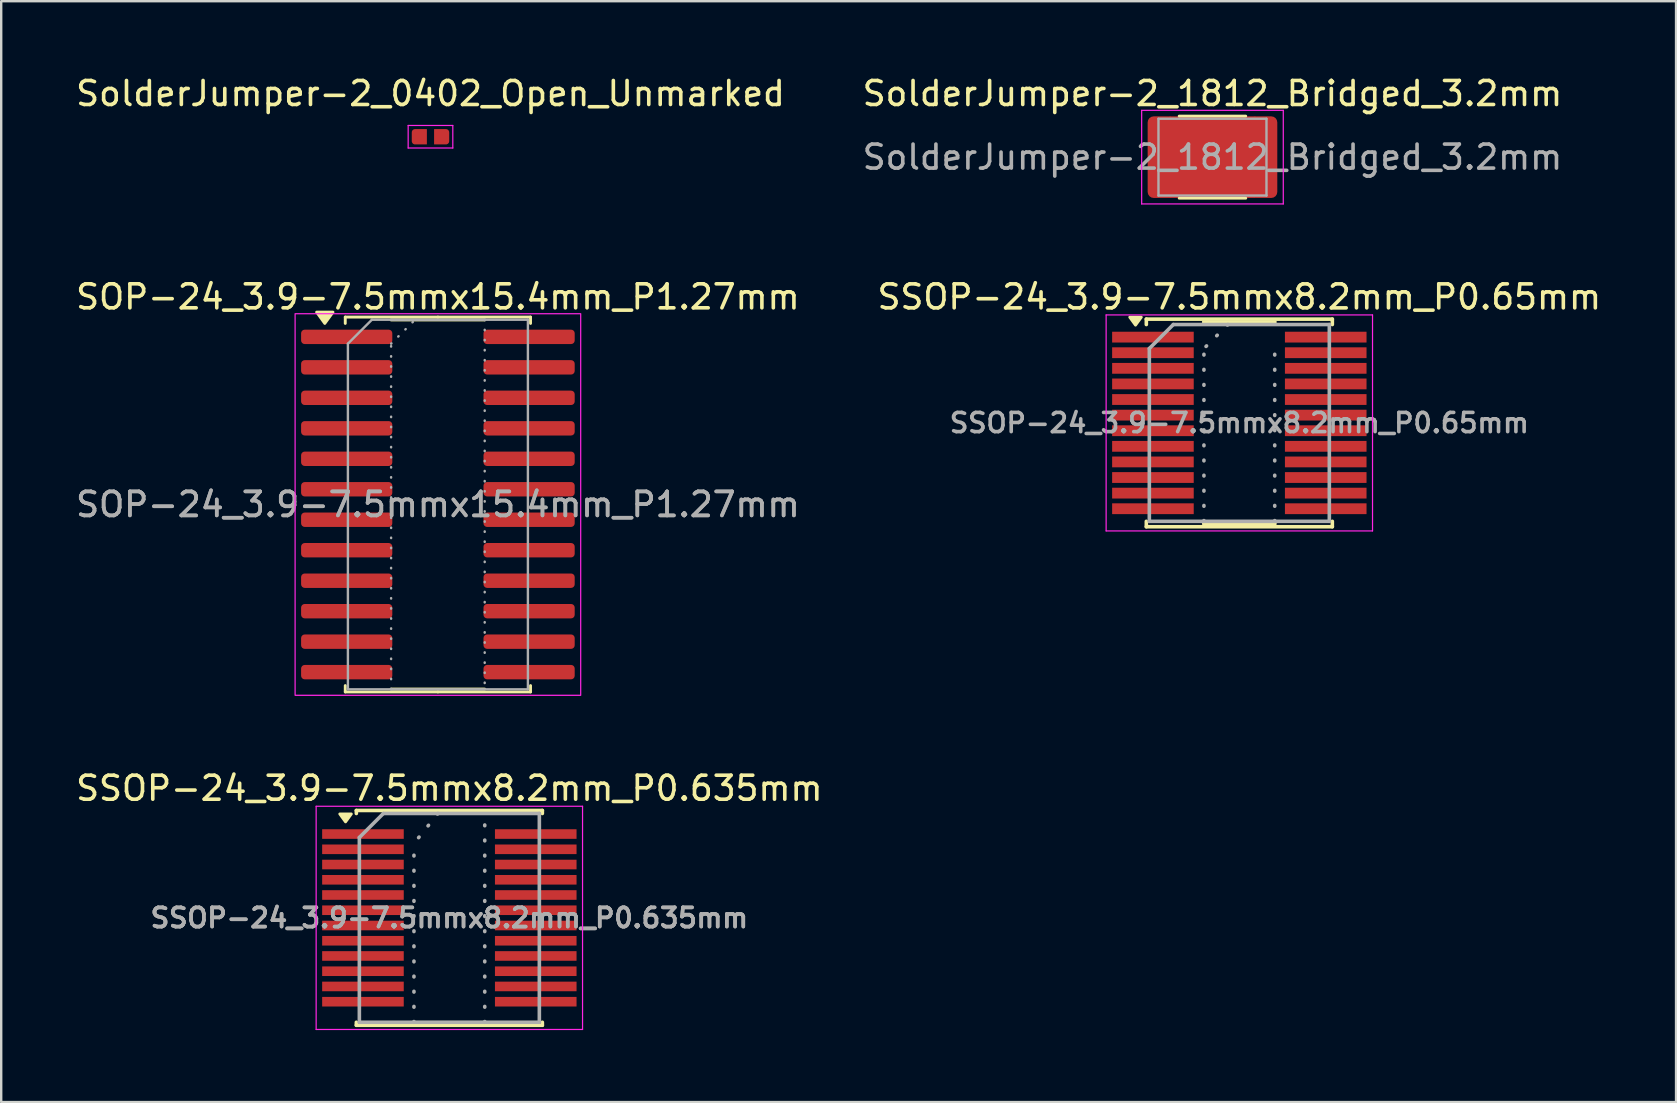
<source format=kicad_pcb>
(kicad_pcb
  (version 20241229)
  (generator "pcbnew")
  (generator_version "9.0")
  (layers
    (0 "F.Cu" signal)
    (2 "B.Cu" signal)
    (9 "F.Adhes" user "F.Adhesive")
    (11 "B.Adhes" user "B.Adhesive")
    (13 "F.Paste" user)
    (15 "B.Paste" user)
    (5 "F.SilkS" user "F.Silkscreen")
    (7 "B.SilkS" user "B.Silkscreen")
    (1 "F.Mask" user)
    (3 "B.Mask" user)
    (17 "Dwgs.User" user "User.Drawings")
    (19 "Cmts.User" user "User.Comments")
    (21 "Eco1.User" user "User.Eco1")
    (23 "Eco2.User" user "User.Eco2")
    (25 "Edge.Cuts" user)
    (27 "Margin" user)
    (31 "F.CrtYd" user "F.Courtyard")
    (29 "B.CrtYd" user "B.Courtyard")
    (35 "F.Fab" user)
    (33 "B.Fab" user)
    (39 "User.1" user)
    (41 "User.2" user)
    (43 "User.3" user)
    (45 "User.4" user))
  (footprint "SOP-24_3.9-7.5mmx15.4mm_P1.27mm"
    (layer "F.Cu")
    (at 15.196 17.971)
    (property "Reference" "SOP-24_3.9-7.5mmx15.4mm_P1.27mm" (at 0 -8.65 0) (layer "F.SilkS") (effects (font (size 1 1) (thickness 0.15))))
    (attr smd)
    (fp_line (start -3.86 -7.81) (end -3.86 -7.545) (stroke (width 0.12) (type solid)) (layer "F.SilkS"))
    (fp_line (start -3.86 7.81) (end -3.86 7.545) (stroke (width 0.12) (type solid)) (layer "F.SilkS"))
    (fp_line (start 0 -7.81) (end -3.86 -7.81) (stroke (width 0.12) (type solid)) (layer "F.SilkS"))
    (fp_line (start 0 -7.81) (end 3.86 -7.81) (stroke (width 0.12) (type solid)) (layer "F.SilkS"))
    (fp_line (start 0 7.81) (end -3.86 7.81) (stroke (width 0.12) (type solid)) (layer "F.SilkS"))
    (fp_line (start 0 7.81) (end 3.86 7.81) (stroke (width 0.12) (type solid)) (layer "F.SilkS"))
    (fp_line (start 1.95 -7.69) (end -1.95 -7.69) (stroke (width 0.12) (type solid)) (layer "F.SilkS"))
    (fp_line (start 1.95 7.69) (end -1.95 7.69) (stroke (width 0.12) (type solid)) (layer "F.SilkS"))
    (fp_line (start 3.86 -7.81) (end 3.86 -7.545) (stroke (width 0.12) (type solid)) (layer "F.SilkS"))
    (fp_line (start 3.86 7.81) (end 3.86 7.545) (stroke (width 0.12) (type solid)) (layer "F.SilkS"))
    (fp_poly (pts (xy -4.713 -7.545) (xy -5.053 -8.015) (xy -4.372 -8.015)) (stroke (width 0.12) (type solid)) (fill yes) (layer "F.SilkS"))
    (fp_rect (start -5.95 -7.95) (end 5.95 7.95) (stroke (width 0.05) (type solid)) (fill no) (layer "F.CrtYd"))
    (fp_line (start -3.75 -6.7) (end -2.75 -7.7) (stroke (width 0.1) (type solid)) (layer "F.Fab"))
    (fp_line (start -3.75 7.7) (end -3.75 -6.7) (stroke (width 0.1) (type solid)) (layer "F.Fab"))
    (fp_line (start -2.75 -7.7) (end 3.75 -7.7) (stroke (width 0.1) (type solid)) (layer "F.Fab"))
    (fp_line (start -1.95 -6.7) (end -0.95 -7.7) (stroke (width 0.1) (type dot)) (layer "F.Fab"))
    (fp_line (start -1.95 7.7) (end -1.95 -6.7) (stroke (width 0.1) (type dot)) (layer "F.Fab"))
    (fp_line (start 1.95 -7.7) (end 1.95 7.7) (stroke (width 0.1) (type dot)) (layer "F.Fab"))
    (fp_line (start 3.75 -7.7) (end 3.75 7.7) (stroke (width 0.1) (type solid)) (layer "F.Fab"))
    (fp_line (start 3.75 7.7) (end -3.75 7.7) (stroke (width 0.1) (type solid)) (layer "F.Fab"))
    (fp_text user "${REFERENCE}" (at 0 0 0) (layer "F.Fab") (effects (font (size 1 1) (thickness 0.15))))
    (fp_text user "${REFERENCE}" (at 0 0 0) (layer "F.Fab") (effects (font (size 1 1) (thickness 0.15))))
    (pad "1" smd roundrect (at -3.8 -6.985) (size 3.8 0.6) (layers "F.Cu" "F.Mask" "F.Paste") (roundrect_rratio 0.25))
    (pad "2" smd roundrect (at -3.8 -5.715) (size 3.8 0.6) (layers "F.Cu" "F.Mask" "F.Paste") (roundrect_rratio 0.25))
    (pad "3" smd roundrect (at -3.8 -4.445) (size 3.8 0.6) (layers "F.Cu" "F.Mask" "F.Paste") (roundrect_rratio 0.25))
    (pad "4" smd roundrect (at -3.8 -3.175) (size 3.8 0.6) (layers "F.Cu" "F.Mask" "F.Paste") (roundrect_rratio 0.25))
    (pad "5" smd roundrect (at -3.8 -1.905) (size 3.8 0.6) (layers "F.Cu" "F.Mask" "F.Paste") (roundrect_rratio 0.25))
    (pad "6" smd roundrect (at -3.8 -0.635) (size 3.8 0.6) (layers "F.Cu" "F.Mask" "F.Paste") (roundrect_rratio 0.25))
    (pad "7" smd roundrect (at -3.8 0.635) (size 3.8 0.6) (layers "F.Cu" "F.Mask" "F.Paste") (roundrect_rratio 0.25))
    (pad "8" smd roundrect (at -3.8 1.905) (size 3.8 0.6) (layers "F.Cu" "F.Mask" "F.Paste") (roundrect_rratio 0.25))
    (pad "9" smd roundrect (at -3.8 3.175) (size 3.8 0.6) (layers "F.Cu" "F.Mask" "F.Paste") (roundrect_rratio 0.25))
    (pad "10" smd roundrect (at -3.8 4.445) (size 3.8 0.6) (layers "F.Cu" "F.Mask" "F.Paste") (roundrect_rratio 0.25))
    (pad "11" smd roundrect (at -3.8 5.715) (size 3.8 0.6) (layers "F.Cu" "F.Mask" "F.Paste") (roundrect_rratio 0.25))
    (pad "12" smd roundrect (at -3.8 6.985) (size 3.8 0.6) (layers "F.Cu" "F.Mask" "F.Paste") (roundrect_rratio 0.25))
    (pad "13" smd roundrect (at 3.8 6.985) (size 3.8 0.6) (layers "F.Cu" "F.Mask" "F.Paste") (roundrect_rratio 0.25))
    (pad "14" smd roundrect (at 3.8 5.715) (size 3.8 0.6) (layers "F.Cu" "F.Mask" "F.Paste") (roundrect_rratio 0.25))
    (pad "15" smd roundrect (at 3.8 4.445) (size 3.8 0.6) (layers "F.Cu" "F.Mask" "F.Paste") (roundrect_rratio 0.25))
    (pad "16" smd roundrect (at 3.8 3.175) (size 3.8 0.6) (layers "F.Cu" "F.Mask" "F.Paste") (roundrect_rratio 0.25))
    (pad "17" smd roundrect (at 3.8 1.905) (size 3.8 0.6) (layers "F.Cu" "F.Mask" "F.Paste") (roundrect_rratio 0.25))
    (pad "18" smd roundrect (at 3.8 0.635) (size 3.8 0.6) (layers "F.Cu" "F.Mask" "F.Paste") (roundrect_rratio 0.25))
    (pad "19" smd roundrect (at 3.8 -0.635) (size 3.8 0.6) (layers "F.Cu" "F.Mask" "F.Paste") (roundrect_rratio 0.25))
    (pad "20" smd roundrect (at 3.8 -1.905) (size 3.8 0.6) (layers "F.Cu" "F.Mask" "F.Paste") (roundrect_rratio 0.25))
    (pad "21" smd roundrect (at 3.8 -3.175) (size 3.8 0.6) (layers "F.Cu" "F.Mask" "F.Paste") (roundrect_rratio 0.25))
    (pad "22" smd roundrect (at 3.8 -4.445) (size 3.8 0.6) (layers "F.Cu" "F.Mask" "F.Paste") (roundrect_rratio 0.25))
    (pad "23" smd roundrect (at 3.8 -5.715) (size 3.8 0.6) (layers "F.Cu" "F.Mask" "F.Paste") (roundrect_rratio 0.25))
    (pad "24" smd roundrect (at 3.8 -6.985) (size 3.8 0.6) (layers "F.Cu" "F.Mask" "F.Paste") (roundrect_rratio 0.25)))
  (footprint "SSOP-24_3.9-7.5mmx8.2mm_P0.635mm"
    (layer "F.Cu")
    (at 15.673 35.195)
    (property "Reference" "SSOP-24_3.9-7.5mmx8.2mm_P0.635mm" (at 0 -5.4 0) (layer "F.SilkS") (effects (font (size 1 1) (thickness 0.15))))
    (attr smd)
    (fp_line (start -3.875 -4.475) (end -3.875 -4.35) (stroke (width 0.15) (type solid)) (layer "F.SilkS"))
    (fp_line (start -3.875 -4.475) (end 3.875 -4.475) (stroke (width 0.15) (type solid)) (layer "F.SilkS"))
    (fp_line (start -3.875 4.475) (end -3.875 4.35) (stroke (width 0.15) (type solid)) (layer "F.SilkS"))
    (fp_line (start -3.875 4.475) (end 3.875 4.475) (stroke (width 0.15) (type solid)) (layer "F.SilkS"))
    (fp_line (start 1.5 -4.355) (end -1.5 -4.355) (stroke (width 0.12) (type solid)) (layer "F.SilkS"))
    (fp_line (start 1.5 4.355) (end -1.5 4.355) (stroke (width 0.12) (type solid)) (layer "F.SilkS"))
    (fp_line (start 3.875 -4.475) (end 3.875 -4.35) (stroke (width 0.15) (type solid)) (layer "F.SilkS"))
    (fp_line (start 3.875 4.475) (end 3.875 4.35) (stroke (width 0.15) (type solid)) (layer "F.SilkS"))
    (fp_poly (pts (xy -4.325 -4) (xy -4.565 -4.33) (xy -4.085 -4.33) (xy -4.325 -4)) (stroke (width 0.12) (type solid)) (fill yes) (layer "F.SilkS"))
    (fp_line (start -5.55 -4.65) (end -5.55 4.65) (stroke (width 0.05) (type solid)) (layer "F.CrtYd"))
    (fp_line (start -5.55 -4.65) (end 5.55 -4.65) (stroke (width 0.05) (type solid)) (layer "F.CrtYd"))
    (fp_line (start -5.55 4.65) (end 5.55 4.65) (stroke (width 0.05) (type solid)) (layer "F.CrtYd"))
    (fp_line (start 5.55 -4.65) (end 5.55 4.65) (stroke (width 0.05) (type solid)) (layer "F.CrtYd"))
    (fp_line (start -3.75 -3.35) (end -2.75 -4.35) (stroke (width 0.15) (type solid)) (layer "F.Fab"))
    (fp_line (start -3.75 4.35) (end -3.75 -3.35) (stroke (width 0.15) (type solid)) (layer "F.Fab"))
    (fp_line (start -2.75 -4.35) (end 3.75 -4.35) (stroke (width 0.15) (type solid)) (layer "F.Fab"))
    (fp_line (start -1.475 4.35) (end -1.475 -3.1) (stroke (width 0.15) (type dot)) (layer "F.Fab"))
    (fp_line (start -0.475 -4.35) (end -1.475 -3.1) (stroke (width 0.15) (type dot)) (layer "F.Fab"))
    (fp_line (start 1.475 4.35) (end 1.475 -4.35) (stroke (width 0.15) (type dot)) (layer "F.Fab"))
    (fp_line (start 3.75 -4.35) (end 3.75 4.35) (stroke (width 0.15) (type solid)) (layer "F.Fab"))
    (fp_line (start 3.75 4.35) (end -3.75 4.35) (stroke (width 0.15) (type solid)) (layer "F.Fab"))
    (fp_text user "${REFERENCE}" (at 0 0 0) (layer "F.Fab") (effects (font (size 0.8 0.8) (thickness 0.15))))
    (fp_text user "${REFERENCE}" (at 0 0 0) (layer "F.Fab") (effects (font (size 0.8 0.8) (thickness 0.15))))
    (pad "1" smd rect (at -3.6 -3.493) (size 3.4 0.4) (layers "F.Cu" "F.Mask" "F.Paste"))
    (pad "2" smd rect (at -3.6 -2.857) (size 3.4 0.4) (layers "F.Cu" "F.Mask" "F.Paste"))
    (pad "3" smd rect (at -3.6 -2.223) (size 3.4 0.4) (layers "F.Cu" "F.Mask" "F.Paste"))
    (pad "4" smd rect (at -3.6 -1.587) (size 3.4 0.4) (layers "F.Cu" "F.Mask" "F.Paste"))
    (pad "5" smd rect (at -3.6 -0.953) (size 3.4 0.4) (layers "F.Cu" "F.Mask" "F.Paste"))
    (pad "6" smd rect (at -3.6 -0.318) (size 3.4 0.4) (layers "F.Cu" "F.Mask" "F.Paste"))
    (pad "7" smd rect (at -3.6 0.318) (size 3.4 0.4) (layers "F.Cu" "F.Mask" "F.Paste"))
    (pad "8" smd rect (at -3.6 0.953) (size 3.4 0.4) (layers "F.Cu" "F.Mask" "F.Paste"))
    (pad "9" smd rect (at -3.6 1.587) (size 3.4 0.4) (layers "F.Cu" "F.Mask" "F.Paste"))
    (pad "10" smd rect (at -3.6 2.223) (size 3.4 0.4) (layers "F.Cu" "F.Mask" "F.Paste"))
    (pad "11" smd rect (at -3.6 2.857) (size 3.4 0.4) (layers "F.Cu" "F.Mask" "F.Paste"))
    (pad "12" smd rect (at -3.6 3.493) (size 3.4 0.4) (layers "F.Cu" "F.Mask" "F.Paste"))
    (pad "13" smd rect (at 3.6 3.493) (size 3.4 0.4) (layers "F.Cu" "F.Mask" "F.Paste"))
    (pad "14" smd rect (at 3.6 2.857) (size 3.4 0.4) (layers "F.Cu" "F.Mask" "F.Paste"))
    (pad "15" smd rect (at 3.6 2.223) (size 3.4 0.4) (layers "F.Cu" "F.Mask" "F.Paste"))
    (pad "16" smd rect (at 3.6 1.587) (size 3.4 0.4) (layers "F.Cu" "F.Mask" "F.Paste"))
    (pad "17" smd rect (at 3.6 0.953) (size 3.4 0.4) (layers "F.Cu" "F.Mask" "F.Paste"))
    (pad "18" smd rect (at 3.6 0.318) (size 3.4 0.4) (layers "F.Cu" "F.Mask" "F.Paste"))
    (pad "19" smd rect (at 3.6 -0.318) (size 3.4 0.4) (layers "F.Cu" "F.Mask" "F.Paste"))
    (pad "20" smd rect (at 3.6 -0.953) (size 3.4 0.4) (layers "F.Cu" "F.Mask" "F.Paste"))
    (pad "21" smd rect (at 3.6 -1.587) (size 3.4 0.4) (layers "F.Cu" "F.Mask" "F.Paste"))
    (pad "22" smd rect (at 3.6 -2.223) (size 3.4 0.4) (layers "F.Cu" "F.Mask" "F.Paste"))
    (pad "23" smd rect (at 3.6 -2.857) (size 3.4 0.4) (layers "F.Cu" "F.Mask" "F.Paste"))
    (pad "24" smd rect (at 3.6 -3.493) (size 3.4 0.4) (layers "F.Cu" "F.Mask" "F.Paste")))
  (footprint "SolderJumper-2_1812_Bridged_3.2mm"
    (layer "F.Cu")
    (at 47.47 3.498)
    (property "Reference" "SolderJumper-2_1812_Bridged_3.2mm" (at 0 -2.65 0) (layer "F.SilkS") (effects (font (size 1 1) (thickness 0.15))))
    (attr smd exclude_from_pos_files exclude_from_bom)
    (fp_poly (pts (xy 1.8 -1.7) (xy -1.8 -1.7) (xy -1.8 1.7) (xy 1.8 1.7)) (stroke (width 0) (type solid)) (fill yes) (layer "F.Cu"))
    (fp_line (start -1.386 -1.71) (end 1.386 -1.71) (stroke (width 0.12) (type solid)) (layer "F.SilkS"))
    (fp_line (start -1.386 1.71) (end 1.386 1.71) (stroke (width 0.12) (type solid)) (layer "F.SilkS"))
    (fp_line (start -2.95 -1.95) (end 2.95 -1.95) (stroke (width 0.05) (type solid)) (layer "F.CrtYd"))
    (fp_line (start -2.95 1.95) (end -2.95 -1.95) (stroke (width 0.05) (type solid)) (layer "F.CrtYd"))
    (fp_line (start 2.95 -1.95) (end 2.95 1.95) (stroke (width 0.05) (type solid)) (layer "F.CrtYd"))
    (fp_line (start 2.95 1.95) (end -2.95 1.95) (stroke (width 0.05) (type solid)) (layer "F.CrtYd"))
    (fp_line (start -2.25 -1.6) (end 2.25 -1.6) (stroke (width 0.1) (type solid)) (layer "F.Fab"))
    (fp_line (start -2.25 1.6) (end -2.25 -1.6) (stroke (width 0.1) (type solid)) (layer "F.Fab"))
    (fp_line (start 2.25 -1.6) (end 2.25 1.6) (stroke (width 0.1) (type solid)) (layer "F.Fab"))
    (fp_line (start 2.25 1.6) (end -2.25 1.6) (stroke (width 0.1) (type solid)) (layer "F.Fab"))
    (fp_text user "${REFERENCE}" (at 0 0 0) (layer "F.Fab") (effects (font (size 1 1) (thickness 0.15))))
    (pad "1" smd roundrect (at -2.138 0) (size 1.125 3.4) (layers "F.Cu" "F.Mask" "F.Paste") (roundrect_rratio 0.222))
    (pad "2" smd roundrect (at 2.138 0) (size 1.125 3.4) (layers "F.Cu" "F.Mask" "F.Paste") (roundrect_rratio 0.222)))
  (footprint "SSOP-24_3.9-7.5mmx8.2mm_P0.65mm"
    (layer "F.Cu")
    (at 48.589 14.572)
    (property "Reference" "SSOP-24_3.9-7.5mmx8.2mm_P0.65mm" (at 0 -5.25 0) (layer "F.SilkS") (effects (font (size 1 1) (thickness 0.15))))
    (attr smd)
    (fp_line (start -3.875 -4.325) (end -3.875 -4.1) (stroke (width 0.15) (type solid)) (layer "F.SilkS"))
    (fp_line (start -3.875 -4.325) (end 3.875 -4.325) (stroke (width 0.15) (type solid)) (layer "F.SilkS"))
    (fp_line (start -3.875 4.325) (end -3.875 4.1) (stroke (width 0.15) (type solid)) (layer "F.SilkS"))
    (fp_line (start -3.875 4.325) (end 3.875 4.325) (stroke (width 0.15) (type solid)) (layer "F.SilkS"))
    (fp_line (start 1.5 -4.205) (end -1.5 -4.205) (stroke (width 0.12) (type solid)) (layer "F.SilkS"))
    (fp_line (start 1.5 4.205) (end -1.5 4.205) (stroke (width 0.12) (type solid)) (layer "F.SilkS"))
    (fp_line (start 3.875 -4.325) (end 3.875 -4.1) (stroke (width 0.15) (type solid)) (layer "F.SilkS"))
    (fp_line (start 3.875 4.325) (end 3.875 4.1) (stroke (width 0.15) (type solid)) (layer "F.SilkS"))
    (fp_poly (pts (xy -4.325 -4.075) (xy -4.565 -4.405) (xy -4.085 -4.405) (xy -4.325 -4.075)) (stroke (width 0.12) (type solid)) (fill yes) (layer "F.SilkS"))
    (fp_line (start -5.55 -4.5) (end -5.55 4.5) (stroke (width 0.05) (type solid)) (layer "F.CrtYd"))
    (fp_line (start -5.55 -4.5) (end 5.55 -4.5) (stroke (width 0.05) (type solid)) (layer "F.CrtYd"))
    (fp_line (start -5.55 4.5) (end 5.55 4.5) (stroke (width 0.05) (type solid)) (layer "F.CrtYd"))
    (fp_line (start 5.55 -4.5) (end 5.55 4.5) (stroke (width 0.05) (type solid)) (layer "F.CrtYd"))
    (fp_line (start -3.75 -3.1) (end -2.75 -4.1) (stroke (width 0.15) (type solid)) (layer "F.Fab"))
    (fp_line (start -3.75 4.1) (end -3.75 -3.1) (stroke (width 0.15) (type solid)) (layer "F.Fab"))
    (fp_line (start -2.75 -4.1) (end 3.75 -4.1) (stroke (width 0.15) (type solid)) (layer "F.Fab"))
    (fp_line (start -1.475 4.1) (end -1.475 -3.1) (stroke (width 0.15) (type dot)) (layer "F.Fab"))
    (fp_line (start -0.475 -4.1) (end -1.475 -3.1) (stroke (width 0.15) (type dot)) (layer "F.Fab"))
    (fp_line (start 1.475 4.1) (end 1.475 -3.1) (stroke (width 0.15) (type dot)) (layer "F.Fab"))
    (fp_line (start 3.75 -4.1) (end 3.75 4.1) (stroke (width 0.15) (type solid)) (layer "F.Fab"))
    (fp_line (start 3.75 4.1) (end -3.75 4.1) (stroke (width 0.15) (type solid)) (layer "F.Fab"))
    (fp_text user "${REFERENCE}" (at 0 0 0) (layer "F.Fab") (effects (font (size 0.8 0.8) (thickness 0.15))))
    (pad "1" smd rect (at -3.6 -3.575) (size 3.4 0.45) (layers "F.Cu" "F.Mask" "F.Paste"))
    (pad "2" smd rect (at -3.6 -2.925) (size 3.4 0.45) (layers "F.Cu" "F.Mask" "F.Paste"))
    (pad "3" smd rect (at -3.6 -2.275) (size 3.4 0.45) (layers "F.Cu" "F.Mask" "F.Paste"))
    (pad "4" smd rect (at -3.6 -1.625) (size 3.4 0.45) (layers "F.Cu" "F.Mask" "F.Paste"))
    (pad "5" smd rect (at -3.6 -0.975) (size 3.4 0.45) (layers "F.Cu" "F.Mask" "F.Paste"))
    (pad "6" smd rect (at -3.6 -0.325) (size 3.4 0.45) (layers "F.Cu" "F.Mask" "F.Paste"))
    (pad "7" smd rect (at -3.6 0.325) (size 3.4 0.45) (layers "F.Cu" "F.Mask" "F.Paste"))
    (pad "8" smd rect (at -3.6 0.975) (size 3.4 0.45) (layers "F.Cu" "F.Mask" "F.Paste"))
    (pad "9" smd rect (at -3.6 1.625) (size 3.4 0.45) (layers "F.Cu" "F.Mask" "F.Paste"))
    (pad "10" smd rect (at -3.6 2.275) (size 3.4 0.45) (layers "F.Cu" "F.Mask" "F.Paste"))
    (pad "11" smd rect (at -3.6 2.925) (size 3.4 0.45) (layers "F.Cu" "F.Mask" "F.Paste"))
    (pad "12" smd rect (at -3.6 3.575) (size 3.4 0.45) (layers "F.Cu" "F.Mask" "F.Paste"))
    (pad "13" smd rect (at 3.6 3.575) (size 3.4 0.45) (layers "F.Cu" "F.Mask" "F.Paste"))
    (pad "14" smd rect (at 3.6 2.925) (size 3.4 0.45) (layers "F.Cu" "F.Mask" "F.Paste"))
    (pad "15" smd rect (at 3.6 2.275) (size 3.4 0.45) (layers "F.Cu" "F.Mask" "F.Paste"))
    (pad "16" smd rect (at 3.6 1.625) (size 3.4 0.45) (layers "F.Cu" "F.Mask" "F.Paste"))
    (pad "17" smd rect (at 3.6 0.975) (size 3.4 0.45) (layers "F.Cu" "F.Mask" "F.Paste"))
    (pad "18" smd rect (at 3.6 0.325) (size 3.4 0.45) (layers "F.Cu" "F.Mask" "F.Paste"))
    (pad "19" smd rect (at 3.6 -0.325) (size 3.4 0.45) (layers "F.Cu" "F.Mask" "F.Paste"))
    (pad "20" smd rect (at 3.6 -0.975) (size 3.4 0.45) (layers "F.Cu" "F.Mask" "F.Paste"))
    (pad "21" smd rect (at 3.6 -1.625) (size 3.4 0.45) (layers "F.Cu" "F.Mask" "F.Paste"))
    (pad "22" smd rect (at 3.6 -2.275) (size 3.4 0.45) (layers "F.Cu" "F.Mask" "F.Paste"))
    (pad "23" smd rect (at 3.6 -2.925) (size 3.4 0.45) (layers "F.Cu" "F.Mask" "F.Paste"))
    (pad "24" smd rect (at 3.6 -3.575) (size 3.4 0.45) (layers "F.Cu" "F.Mask" "F.Paste")))
  (footprint "SolderJumper-2_0402_Open_Unmarked"
    (layer "F.Cu")
    (at 14.887 2.648)
    (property "Reference" "SolderJumper-2_0402_Open_Unmarked" (at 0 -1.8 0) (layer "F.SilkS") (effects (font (size 1 1) (thickness 0.15))))
    (attr exclude_from_pos_files exclude_from_bom allow_soldermask_bridges)
    (fp_rect (start -0.15 -0.32) (end 0.15 0.32) (stroke (width 0) (type default)) (fill yes) (layer "F.Mask"))
    (fp_line (start -0.93 -0.47) (end 0.93 -0.47) (stroke (width 0.05) (type solid)) (layer "F.CrtYd"))
    (fp_line (start -0.93 0.47) (end -0.93 -0.47) (stroke (width 0.05) (type solid)) (layer "F.CrtYd"))
    (fp_line (start 0.93 -0.47) (end 0.93 0.47) (stroke (width 0.05) (type solid)) (layer "F.CrtYd"))
    (fp_line (start 0.93 0.47) (end -0.93 0.47) (stroke (width 0.05) (type solid)) (layer "F.CrtYd"))
    (pad "1" smd custom (at -0.465 0 180) (size 0.63 0.37) (layers "F.Cu" "F.Mask") (options (anchor rect)) (primitives (gr_circle (center 0.18 -0.185) (end 0.18 -0.32) (width 0) (fill yes)) (gr_circle (center 0.18 0.185) (end 0.18 0.32) (width 0) (fill yes)) (gr_poly (pts (xy 0.18 0.32) (xy -0.315 0.32) (xy -0.315 -0.32) (xy 0.18 -0.32)) (width 0) (fill yes))))
    (pad "2" smd custom (at 0.465 0) (size 0.63 0.37) (layers "F.Cu" "F.Mask") (options (anchor rect)) (primitives (gr_circle (center 0.18 -0.185) (end 0.18 -0.32) (width 0) (fill yes)) (gr_circle (center 0.18 0.185) (end 0.18 0.32) (width 0) (fill yes)) (gr_poly (pts (xy 0.18 0.32) (xy -0.315 0.32) (xy -0.315 -0.32) (xy 0.18 -0.32)) (width 0) (fill yes)))))
  (gr_rect
    (start -3 -3)
    (end 66.786 42.87)
    (stroke (width 0.1) (type default))
    (fill no)
    (layer "Edge.Cuts")))
</source>
